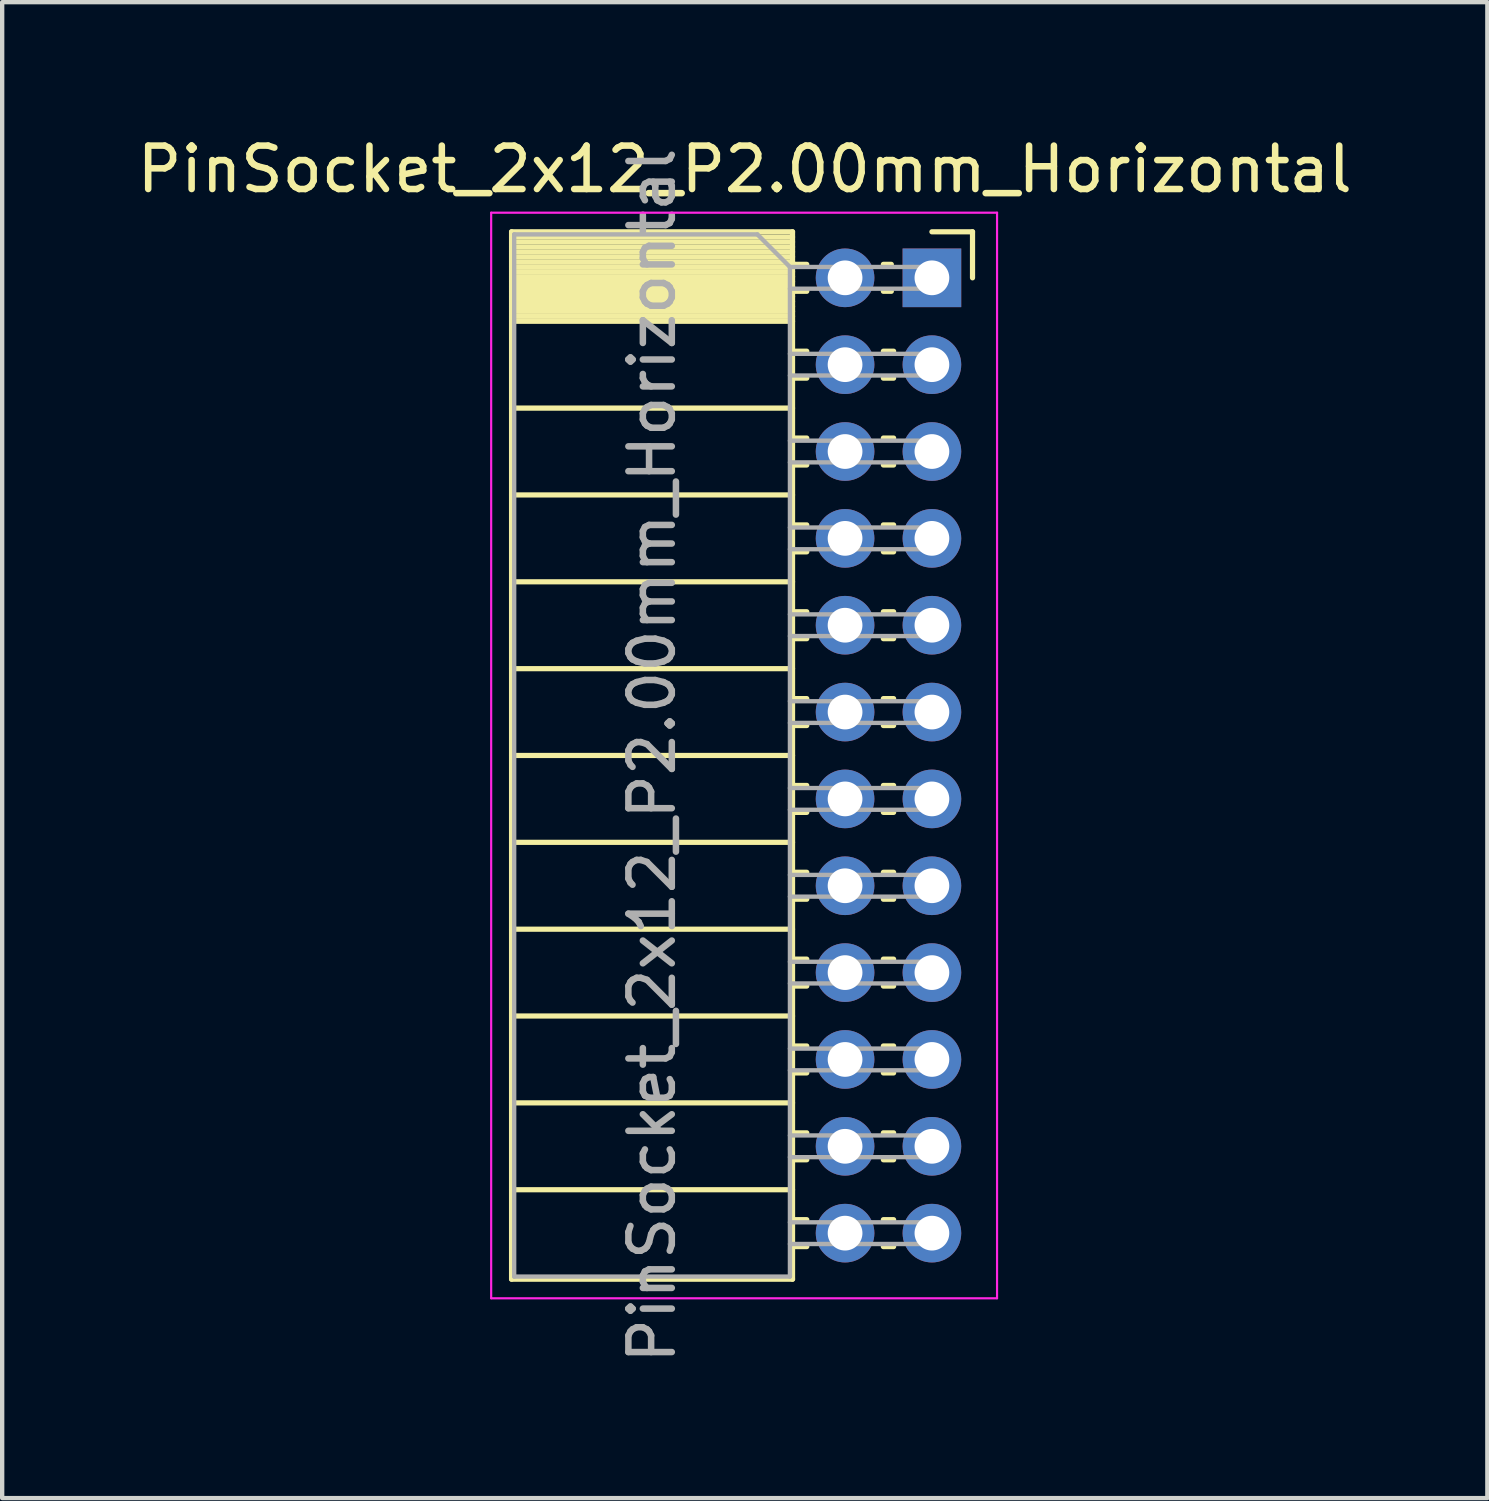
<source format=kicad_pcb>
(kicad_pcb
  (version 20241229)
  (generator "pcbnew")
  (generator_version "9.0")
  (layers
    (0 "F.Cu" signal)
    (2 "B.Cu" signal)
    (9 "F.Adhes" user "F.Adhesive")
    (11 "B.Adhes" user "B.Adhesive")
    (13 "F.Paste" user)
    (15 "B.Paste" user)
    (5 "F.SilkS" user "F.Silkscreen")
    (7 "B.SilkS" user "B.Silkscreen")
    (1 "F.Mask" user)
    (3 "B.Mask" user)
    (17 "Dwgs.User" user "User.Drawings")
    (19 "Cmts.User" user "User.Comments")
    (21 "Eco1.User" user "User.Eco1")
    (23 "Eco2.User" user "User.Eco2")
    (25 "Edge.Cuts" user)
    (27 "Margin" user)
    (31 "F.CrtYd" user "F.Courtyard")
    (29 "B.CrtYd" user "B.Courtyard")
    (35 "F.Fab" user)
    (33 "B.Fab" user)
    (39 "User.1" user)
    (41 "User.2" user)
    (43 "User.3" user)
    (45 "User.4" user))
  (footprint "PinSocket_2x12_P2.00mm_Horizontal"
    (layer "F.Cu")
    (at 18.411 3.348)
    (property "Reference" "PinSocket_2x12_P2.00mm_Horizontal" (at -4.31 -2.5 0) (layer "F.SilkS") (effects (font (size 1 1) (thickness 0.15))))
    (attr through_hole)
    (fp_line (start -9.68 -1.06) (end -9.68 23.06) (stroke (width 0.12) (type solid)) (layer "F.SilkS"))
    (fp_line (start -9.68 -1.06) (end -3.21 -1.06) (stroke (width 0.12) (type solid)) (layer "F.SilkS"))
    (fp_line (start -9.68 -0.94) (end -3.21 -0.94) (stroke (width 0.12) (type solid)) (layer "F.SilkS"))
    (fp_line (start -9.68 -0.826) (end -3.21 -0.826) (stroke (width 0.12) (type solid)) (layer "F.SilkS"))
    (fp_line (start -9.68 -0.712) (end -3.21 -0.712) (stroke (width 0.12) (type solid)) (layer "F.SilkS"))
    (fp_line (start -9.68 -0.598) (end -3.21 -0.598) (stroke (width 0.12) (type solid)) (layer "F.SilkS"))
    (fp_line (start -9.68 -0.484) (end -3.21 -0.484) (stroke (width 0.12) (type solid)) (layer "F.SilkS"))
    (fp_line (start -9.68 -0.369) (end -3.21 -0.369) (stroke (width 0.12) (type solid)) (layer "F.SilkS"))
    (fp_line (start -9.68 -0.255) (end -3.21 -0.255) (stroke (width 0.12) (type solid)) (layer "F.SilkS"))
    (fp_line (start -9.68 -0.141) (end -3.21 -0.141) (stroke (width 0.12) (type solid)) (layer "F.SilkS"))
    (fp_line (start -9.68 -0.027) (end -3.21 -0.027) (stroke (width 0.12) (type solid)) (layer "F.SilkS"))
    (fp_line (start -9.68 0.087) (end -3.21 0.087) (stroke (width 0.12) (type solid)) (layer "F.SilkS"))
    (fp_line (start -9.68 0.201) (end -3.21 0.201) (stroke (width 0.12) (type solid)) (layer "F.SilkS"))
    (fp_line (start -9.68 0.315) (end -3.21 0.315) (stroke (width 0.12) (type solid)) (layer "F.SilkS"))
    (fp_line (start -9.68 0.429) (end -3.21 0.429) (stroke (width 0.12) (type solid)) (layer "F.SilkS"))
    (fp_line (start -9.68 0.544) (end -3.21 0.544) (stroke (width 0.12) (type solid)) (layer "F.SilkS"))
    (fp_line (start -9.68 0.658) (end -3.21 0.658) (stroke (width 0.12) (type solid)) (layer "F.SilkS"))
    (fp_line (start -9.68 0.772) (end -3.21 0.772) (stroke (width 0.12) (type solid)) (layer "F.SilkS"))
    (fp_line (start -9.68 0.886) (end -3.21 0.886) (stroke (width 0.12) (type solid)) (layer "F.SilkS"))
    (fp_line (start -9.68 1) (end -3.21 1) (stroke (width 0.12) (type solid)) (layer "F.SilkS"))
    (fp_line (start -9.68 3) (end -3.21 3) (stroke (width 0.12) (type solid)) (layer "F.SilkS"))
    (fp_line (start -9.68 5) (end -3.21 5) (stroke (width 0.12) (type solid)) (layer "F.SilkS"))
    (fp_line (start -9.68 7) (end -3.21 7) (stroke (width 0.12) (type solid)) (layer "F.SilkS"))
    (fp_line (start -9.68 9) (end -3.21 9) (stroke (width 0.12) (type solid)) (layer "F.SilkS"))
    (fp_line (start -9.68 11) (end -3.21 11) (stroke (width 0.12) (type solid)) (layer "F.SilkS"))
    (fp_line (start -9.68 13) (end -3.21 13) (stroke (width 0.12) (type solid)) (layer "F.SilkS"))
    (fp_line (start -9.68 15) (end -3.21 15) (stroke (width 0.12) (type solid)) (layer "F.SilkS"))
    (fp_line (start -9.68 17) (end -3.21 17) (stroke (width 0.12) (type solid)) (layer "F.SilkS"))
    (fp_line (start -9.68 19) (end -3.21 19) (stroke (width 0.12) (type solid)) (layer "F.SilkS"))
    (fp_line (start -9.68 21) (end -3.21 21) (stroke (width 0.12) (type solid)) (layer "F.SilkS"))
    (fp_line (start -9.68 23.06) (end -3.21 23.06) (stroke (width 0.12) (type solid)) (layer "F.SilkS"))
    (fp_line (start -3.21 -1.06) (end -3.21 23.06) (stroke (width 0.12) (type solid)) (layer "F.SilkS"))
    (fp_line (start -3.21 -0.31) (end -2.882 -0.31) (stroke (width 0.12) (type solid)) (layer "F.SilkS"))
    (fp_line (start -3.21 0.31) (end -2.882 0.31) (stroke (width 0.12) (type solid)) (layer "F.SilkS"))
    (fp_line (start -3.21 1.69) (end -2.882 1.69) (stroke (width 0.12) (type solid)) (layer "F.SilkS"))
    (fp_line (start -3.21 2.31) (end -2.882 2.31) (stroke (width 0.12) (type solid)) (layer "F.SilkS"))
    (fp_line (start -3.21 3.69) (end -2.882 3.69) (stroke (width 0.12) (type solid)) (layer "F.SilkS"))
    (fp_line (start -3.21 4.31) (end -2.882 4.31) (stroke (width 0.12) (type solid)) (layer "F.SilkS"))
    (fp_line (start -3.21 5.69) (end -2.882 5.69) (stroke (width 0.12) (type solid)) (layer "F.SilkS"))
    (fp_line (start -3.21 6.31) (end -2.882 6.31) (stroke (width 0.12) (type solid)) (layer "F.SilkS"))
    (fp_line (start -3.21 7.69) (end -2.882 7.69) (stroke (width 0.12) (type solid)) (layer "F.SilkS"))
    (fp_line (start -3.21 8.31) (end -2.882 8.31) (stroke (width 0.12) (type solid)) (layer "F.SilkS"))
    (fp_line (start -3.21 9.69) (end -2.882 9.69) (stroke (width 0.12) (type solid)) (layer "F.SilkS"))
    (fp_line (start -3.21 10.31) (end -2.882 10.31) (stroke (width 0.12) (type solid)) (layer "F.SilkS"))
    (fp_line (start -3.21 11.69) (end -2.882 11.69) (stroke (width 0.12) (type solid)) (layer "F.SilkS"))
    (fp_line (start -3.21 12.31) (end -2.882 12.31) (stroke (width 0.12) (type solid)) (layer "F.SilkS"))
    (fp_line (start -3.21 13.69) (end -2.882 13.69) (stroke (width 0.12) (type solid)) (layer "F.SilkS"))
    (fp_line (start -3.21 14.31) (end -2.882 14.31) (stroke (width 0.12) (type solid)) (layer "F.SilkS"))
    (fp_line (start -3.21 15.69) (end -2.882 15.69) (stroke (width 0.12) (type solid)) (layer "F.SilkS"))
    (fp_line (start -3.21 16.31) (end -2.882 16.31) (stroke (width 0.12) (type solid)) (layer "F.SilkS"))
    (fp_line (start -3.21 17.69) (end -2.882 17.69) (stroke (width 0.12) (type solid)) (layer "F.SilkS"))
    (fp_line (start -3.21 18.31) (end -2.882 18.31) (stroke (width 0.12) (type solid)) (layer "F.SilkS"))
    (fp_line (start -3.21 19.69) (end -2.882 19.69) (stroke (width 0.12) (type solid)) (layer "F.SilkS"))
    (fp_line (start -3.21 20.31) (end -2.882 20.31) (stroke (width 0.12) (type solid)) (layer "F.SilkS"))
    (fp_line (start -3.21 21.69) (end -2.882 21.69) (stroke (width 0.12) (type solid)) (layer "F.SilkS"))
    (fp_line (start -3.21 22.31) (end -2.882 22.31) (stroke (width 0.12) (type solid)) (layer "F.SilkS"))
    (fp_line (start -1.118 -0.31) (end -0.935 -0.31) (stroke (width 0.12) (type solid)) (layer "F.SilkS"))
    (fp_line (start -1.118 0.31) (end -0.935 0.31) (stroke (width 0.12) (type solid)) (layer "F.SilkS"))
    (fp_line (start -1.118 1.69) (end -0.882 1.69) (stroke (width 0.12) (type solid)) (layer "F.SilkS"))
    (fp_line (start -1.118 2.31) (end -0.882 2.31) (stroke (width 0.12) (type solid)) (layer "F.SilkS"))
    (fp_line (start -1.118 3.69) (end -0.882 3.69) (stroke (width 0.12) (type solid)) (layer "F.SilkS"))
    (fp_line (start -1.118 4.31) (end -0.882 4.31) (stroke (width 0.12) (type solid)) (layer "F.SilkS"))
    (fp_line (start -1.118 5.69) (end -0.882 5.69) (stroke (width 0.12) (type solid)) (layer "F.SilkS"))
    (fp_line (start -1.118 6.31) (end -0.882 6.31) (stroke (width 0.12) (type solid)) (layer "F.SilkS"))
    (fp_line (start -1.118 7.69) (end -0.882 7.69) (stroke (width 0.12) (type solid)) (layer "F.SilkS"))
    (fp_line (start -1.118 8.31) (end -0.882 8.31) (stroke (width 0.12) (type solid)) (layer "F.SilkS"))
    (fp_line (start -1.118 9.69) (end -0.882 9.69) (stroke (width 0.12) (type solid)) (layer "F.SilkS"))
    (fp_line (start -1.118 10.31) (end -0.882 10.31) (stroke (width 0.12) (type solid)) (layer "F.SilkS"))
    (fp_line (start -1.118 11.69) (end -0.882 11.69) (stroke (width 0.12) (type solid)) (layer "F.SilkS"))
    (fp_line (start -1.118 12.31) (end -0.882 12.31) (stroke (width 0.12) (type solid)) (layer "F.SilkS"))
    (fp_line (start -1.118 13.69) (end -0.882 13.69) (stroke (width 0.12) (type solid)) (layer "F.SilkS"))
    (fp_line (start -1.118 14.31) (end -0.882 14.31) (stroke (width 0.12) (type solid)) (layer "F.SilkS"))
    (fp_line (start -1.118 15.69) (end -0.882 15.69) (stroke (width 0.12) (type solid)) (layer "F.SilkS"))
    (fp_line (start -1.118 16.31) (end -0.882 16.31) (stroke (width 0.12) (type solid)) (layer "F.SilkS"))
    (fp_line (start -1.118 17.69) (end -0.882 17.69) (stroke (width 0.12) (type solid)) (layer "F.SilkS"))
    (fp_line (start -1.118 18.31) (end -0.882 18.31) (stroke (width 0.12) (type solid)) (layer "F.SilkS"))
    (fp_line (start -1.118 19.69) (end -0.882 19.69) (stroke (width 0.12) (type solid)) (layer "F.SilkS"))
    (fp_line (start -1.118 20.31) (end -0.882 20.31) (stroke (width 0.12) (type solid)) (layer "F.SilkS"))
    (fp_line (start -1.118 21.69) (end -0.882 21.69) (stroke (width 0.12) (type solid)) (layer "F.SilkS"))
    (fp_line (start -1.118 22.31) (end -0.882 22.31) (stroke (width 0.12) (type solid)) (layer "F.SilkS"))
    (fp_line (start 0 -1.06) (end 0.935 -1.06) (stroke (width 0.12) (type solid)) (layer "F.SilkS"))
    (fp_line (start 0.935 -1.06) (end 0.935 0) (stroke (width 0.12) (type solid)) (layer "F.SilkS"))
    (fp_line (start -10.15 -1.5) (end -10.15 23.5) (stroke (width 0.05) (type solid)) (layer "F.CrtYd"))
    (fp_line (start -10.15 23.5) (end 1.5 23.5) (stroke (width 0.05) (type solid)) (layer "F.CrtYd"))
    (fp_line (start 1.5 -1.5) (end -10.15 -1.5) (stroke (width 0.05) (type solid)) (layer "F.CrtYd"))
    (fp_line (start 1.5 23.5) (end 1.5 -1.5) (stroke (width 0.05) (type solid)) (layer "F.CrtYd"))
    (fp_line (start -9.62 -1) (end -4.02 -1) (stroke (width 0.1) (type solid)) (layer "F.Fab"))
    (fp_line (start -9.62 23) (end -9.62 -1) (stroke (width 0.1) (type solid)) (layer "F.Fab"))
    (fp_line (start -4.02 -1) (end -3.27 -0.25) (stroke (width 0.1) (type solid)) (layer "F.Fab"))
    (fp_line (start -3.27 -0.25) (end -3.27 23) (stroke (width 0.1) (type solid)) (layer "F.Fab"))
    (fp_line (start -3.27 0.25) (end 0 0.25) (stroke (width 0.1) (type solid)) (layer "F.Fab"))
    (fp_line (start -3.27 2.25) (end 0 2.25) (stroke (width 0.1) (type solid)) (layer "F.Fab"))
    (fp_line (start -3.27 4.25) (end 0 4.25) (stroke (width 0.1) (type solid)) (layer "F.Fab"))
    (fp_line (start -3.27 6.25) (end 0 6.25) (stroke (width 0.1) (type solid)) (layer "F.Fab"))
    (fp_line (start -3.27 8.25) (end 0 8.25) (stroke (width 0.1) (type solid)) (layer "F.Fab"))
    (fp_line (start -3.27 10.25) (end 0 10.25) (stroke (width 0.1) (type solid)) (layer "F.Fab"))
    (fp_line (start -3.27 12.25) (end 0 12.25) (stroke (width 0.1) (type solid)) (layer "F.Fab"))
    (fp_line (start -3.27 14.25) (end 0 14.25) (stroke (width 0.1) (type solid)) (layer "F.Fab"))
    (fp_line (start -3.27 16.25) (end 0 16.25) (stroke (width 0.1) (type solid)) (layer "F.Fab"))
    (fp_line (start -3.27 18.25) (end 0 18.25) (stroke (width 0.1) (type solid)) (layer "F.Fab"))
    (fp_line (start -3.27 20.25) (end 0 20.25) (stroke (width 0.1) (type solid)) (layer "F.Fab"))
    (fp_line (start -3.27 22.25) (end 0 22.25) (stroke (width 0.1) (type solid)) (layer "F.Fab"))
    (fp_line (start -3.27 23) (end -9.62 23) (stroke (width 0.1) (type solid)) (layer "F.Fab"))
    (fp_line (start 0 -0.25) (end -3.27 -0.25) (stroke (width 0.1) (type solid)) (layer "F.Fab"))
    (fp_line (start 0 0.25) (end 0 -0.25) (stroke (width 0.1) (type solid)) (layer "F.Fab"))
    (fp_line (start 0 1.75) (end -3.27 1.75) (stroke (width 0.1) (type solid)) (layer "F.Fab"))
    (fp_line (start 0 2.25) (end 0 1.75) (stroke (width 0.1) (type solid)) (layer "F.Fab"))
    (fp_line (start 0 3.75) (end -3.27 3.75) (stroke (width 0.1) (type solid)) (layer "F.Fab"))
    (fp_line (start 0 4.25) (end 0 3.75) (stroke (width 0.1) (type solid)) (layer "F.Fab"))
    (fp_line (start 0 5.75) (end -3.27 5.75) (stroke (width 0.1) (type solid)) (layer "F.Fab"))
    (fp_line (start 0 6.25) (end 0 5.75) (stroke (width 0.1) (type solid)) (layer "F.Fab"))
    (fp_line (start 0 7.75) (end -3.27 7.75) (stroke (width 0.1) (type solid)) (layer "F.Fab"))
    (fp_line (start 0 8.25) (end 0 7.75) (stroke (width 0.1) (type solid)) (layer "F.Fab"))
    (fp_line (start 0 9.75) (end -3.27 9.75) (stroke (width 0.1) (type solid)) (layer "F.Fab"))
    (fp_line (start 0 10.25) (end 0 9.75) (stroke (width 0.1) (type solid)) (layer "F.Fab"))
    (fp_line (start 0 11.75) (end -3.27 11.75) (stroke (width 0.1) (type solid)) (layer "F.Fab"))
    (fp_line (start 0 12.25) (end 0 11.75) (stroke (width 0.1) (type solid)) (layer "F.Fab"))
    (fp_line (start 0 13.75) (end -3.27 13.75) (stroke (width 0.1) (type solid)) (layer "F.Fab"))
    (fp_line (start 0 14.25) (end 0 13.75) (stroke (width 0.1) (type solid)) (layer "F.Fab"))
    (fp_line (start 0 15.75) (end -3.27 15.75) (stroke (width 0.1) (type solid)) (layer "F.Fab"))
    (fp_line (start 0 16.25) (end 0 15.75) (stroke (width 0.1) (type solid)) (layer "F.Fab"))
    (fp_line (start 0 17.75) (end -3.27 17.75) (stroke (width 0.1) (type solid)) (layer "F.Fab"))
    (fp_line (start 0 18.25) (end 0 17.75) (stroke (width 0.1) (type solid)) (layer "F.Fab"))
    (fp_line (start 0 19.75) (end -3.27 19.75) (stroke (width 0.1) (type solid)) (layer "F.Fab"))
    (fp_line (start 0 20.25) (end 0 19.75) (stroke (width 0.1) (type solid)) (layer "F.Fab"))
    (fp_line (start 0 21.75) (end -3.27 21.75) (stroke (width 0.1) (type solid)) (layer "F.Fab"))
    (fp_line (start 0 22.25) (end 0 21.75) (stroke (width 0.1) (type solid)) (layer "F.Fab"))
    (fp_text user "${REFERENCE}" (at -6.445 11 90) (layer "F.Fab") (effects (font (size 1 1) (thickness 0.15))))
    (pad "1" thru_hole rect (at 0 0) (size 1.35 1.35) (drill 0.8) (layers "*.Cu" "*.Mask"))
    (pad "2" thru_hole oval (at -2 0) (size 1.35 1.35) (drill 0.8) (layers "*.Cu" "*.Mask"))
    (pad "3" thru_hole oval (at 0 2) (size 1.35 1.35) (drill 0.8) (layers "*.Cu" "*.Mask"))
    (pad "4" thru_hole oval (at -2 2) (size 1.35 1.35) (drill 0.8) (layers "*.Cu" "*.Mask"))
    (pad "5" thru_hole oval (at 0 4) (size 1.35 1.35) (drill 0.8) (layers "*.Cu" "*.Mask"))
    (pad "6" thru_hole oval (at -2 4) (size 1.35 1.35) (drill 0.8) (layers "*.Cu" "*.Mask"))
    (pad "7" thru_hole oval (at 0 6) (size 1.35 1.35) (drill 0.8) (layers "*.Cu" "*.Mask"))
    (pad "8" thru_hole oval (at -2 6) (size 1.35 1.35) (drill 0.8) (layers "*.Cu" "*.Mask"))
    (pad "9" thru_hole oval (at 0 8) (size 1.35 1.35) (drill 0.8) (layers "*.Cu" "*.Mask"))
    (pad "10" thru_hole oval (at -2 8) (size 1.35 1.35) (drill 0.8) (layers "*.Cu" "*.Mask"))
    (pad "11" thru_hole oval (at 0 10) (size 1.35 1.35) (drill 0.8) (layers "*.Cu" "*.Mask"))
    (pad "12" thru_hole oval (at -2 10) (size 1.35 1.35) (drill 0.8) (layers "*.Cu" "*.Mask"))
    (pad "13" thru_hole oval (at 0 12) (size 1.35 1.35) (drill 0.8) (layers "*.Cu" "*.Mask"))
    (pad "14" thru_hole oval (at -2 12) (size 1.35 1.35) (drill 0.8) (layers "*.Cu" "*.Mask"))
    (pad "15" thru_hole oval (at 0 14) (size 1.35 1.35) (drill 0.8) (layers "*.Cu" "*.Mask"))
    (pad "16" thru_hole oval (at -2 14) (size 1.35 1.35) (drill 0.8) (layers "*.Cu" "*.Mask"))
    (pad "17" thru_hole oval (at 0 16) (size 1.35 1.35) (drill 0.8) (layers "*.Cu" "*.Mask"))
    (pad "18" thru_hole oval (at -2 16) (size 1.35 1.35) (drill 0.8) (layers "*.Cu" "*.Mask"))
    (pad "19" thru_hole oval (at 0 18) (size 1.35 1.35) (drill 0.8) (layers "*.Cu" "*.Mask"))
    (pad "20" thru_hole oval (at -2 18) (size 1.35 1.35) (drill 0.8) (layers "*.Cu" "*.Mask"))
    (pad "21" thru_hole oval (at 0 20) (size 1.35 1.35) (drill 0.8) (layers "*.Cu" "*.Mask"))
    (pad "22" thru_hole oval (at -2 20) (size 1.35 1.35) (drill 0.8) (layers "*.Cu" "*.Mask"))
    (pad "23" thru_hole oval (at 0 22) (size 1.35 1.35) (drill 0.8) (layers "*.Cu" "*.Mask"))
    (pad "24" thru_hole oval (at -2 22) (size 1.35 1.35) (drill 0.8) (layers "*.Cu" "*.Mask")))
  (gr_rect
    (start -3 -3)
    (end 31.202 31.449)
    (stroke (width 0.1) (type default))
    (fill no)
    (layer "Edge.Cuts")))
</source>
